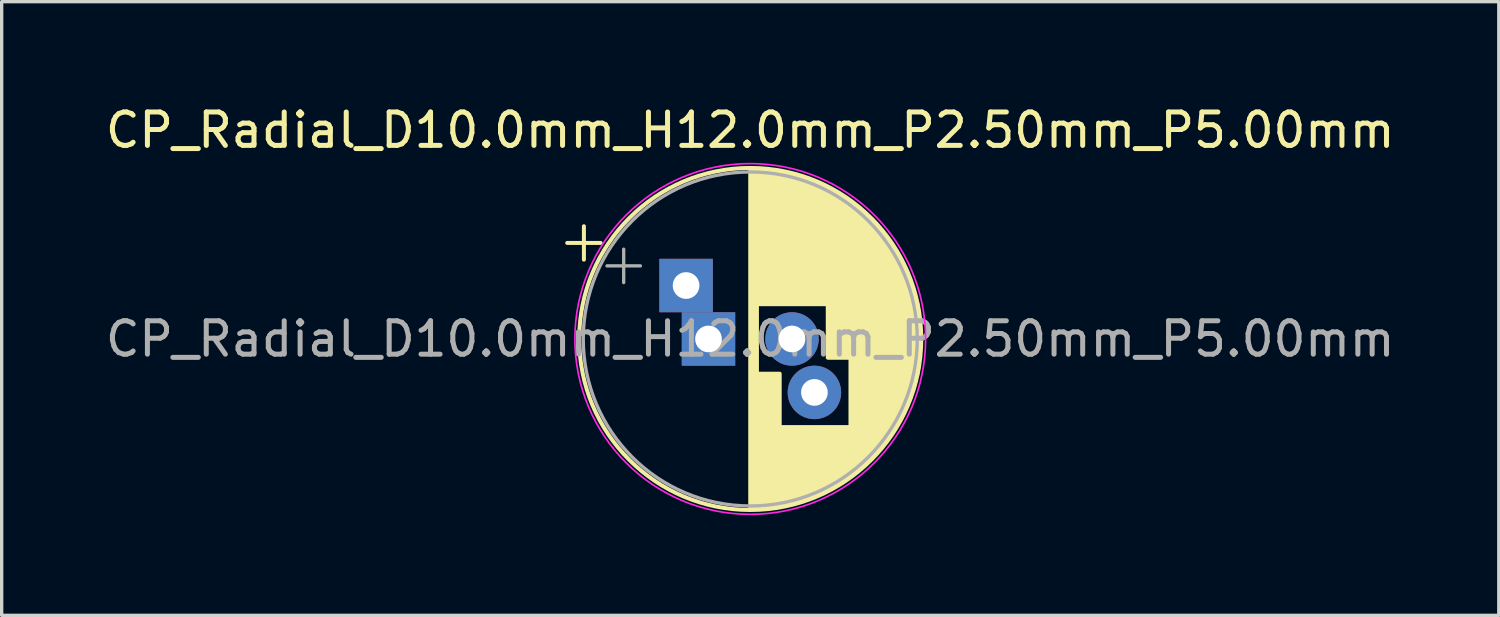
<source format=kicad_pcb>
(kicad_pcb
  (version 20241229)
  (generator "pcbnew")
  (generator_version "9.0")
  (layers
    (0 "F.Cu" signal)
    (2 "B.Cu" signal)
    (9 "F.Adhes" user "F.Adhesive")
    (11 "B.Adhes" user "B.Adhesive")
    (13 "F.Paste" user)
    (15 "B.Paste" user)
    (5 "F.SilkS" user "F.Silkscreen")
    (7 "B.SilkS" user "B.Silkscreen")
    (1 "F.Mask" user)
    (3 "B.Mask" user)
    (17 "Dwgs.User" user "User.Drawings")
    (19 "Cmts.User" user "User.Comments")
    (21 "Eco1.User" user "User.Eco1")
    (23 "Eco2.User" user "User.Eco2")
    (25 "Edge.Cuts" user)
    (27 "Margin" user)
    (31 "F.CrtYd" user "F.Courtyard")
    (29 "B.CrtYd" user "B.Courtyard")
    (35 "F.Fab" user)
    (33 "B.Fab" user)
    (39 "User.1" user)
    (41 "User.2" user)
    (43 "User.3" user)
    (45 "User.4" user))
  (footprint "CP_Radial_D10.0mm_H12.0mm_P2.50mm_P5.00mm"
    (layer "F.Cu")
    (at 18.161 7.098)
    (property "Reference" "CP_Radial_D10.0mm_H12.0mm_P2.50mm_P5.00mm" (at 1.25 -6.25 0) (layer "F.SilkS") (effects (font (size 1 1) (thickness 0.15))))
    (attr through_hole)
    (fp_line (start -4.23 -2.875) (end -3.23 -2.875) (stroke (width 0.12) (type solid)) (layer "F.SilkS"))
    (fp_line (start -3.73 -3.375) (end -3.73 -2.375) (stroke (width 0.12) (type solid)) (layer "F.SilkS"))
    (fp_line (start 1.25 -5.08) (end 1.25 5.08) (stroke (width 0.12) (type solid)) (layer "F.SilkS"))
    (fp_line (start 1.29 -5.08) (end 1.29 5.08) (stroke (width 0.12) (type solid)) (layer "F.SilkS"))
    (fp_line (start 1.33 -5.08) (end 1.33 5.08) (stroke (width 0.12) (type solid)) (layer "F.SilkS"))
    (fp_line (start 1.37 -5.079) (end 1.37 5.079) (stroke (width 0.12) (type solid)) (layer "F.SilkS"))
    (fp_line (start 1.41 -5.078) (end 1.41 5.078) (stroke (width 0.12) (type solid)) (layer "F.SilkS"))
    (fp_line (start 1.45 -5.077) (end 1.45 5.077) (stroke (width 0.12) (type solid)) (layer "F.SilkS"))
    (fp_line (start 1.49 -5.075) (end 1.49 -1.04) (stroke (width 0.12) (type solid)) (layer "F.SilkS"))
    (fp_line (start 1.49 1.04) (end 1.49 5.075) (stroke (width 0.12) (type solid)) (layer "F.SilkS"))
    (fp_line (start 1.53 -5.073) (end 1.53 -1.04) (stroke (width 0.12) (type solid)) (layer "F.SilkS"))
    (fp_line (start 1.53 1.04) (end 1.53 5.073) (stroke (width 0.12) (type solid)) (layer "F.SilkS"))
    (fp_line (start 1.57 -5.07) (end 1.57 -1.04) (stroke (width 0.12) (type solid)) (layer "F.SilkS"))
    (fp_line (start 1.57 1.04) (end 1.57 5.07) (stroke (width 0.12) (type solid)) (layer "F.SilkS"))
    (fp_line (start 1.61 -5.068) (end 1.61 -1.04) (stroke (width 0.12) (type solid)) (layer "F.SilkS"))
    (fp_line (start 1.61 1.04) (end 1.61 5.068) (stroke (width 0.12) (type solid)) (layer "F.SilkS"))
    (fp_line (start 1.65 -5.065) (end 1.65 -1.04) (stroke (width 0.12) (type solid)) (layer "F.SilkS"))
    (fp_line (start 1.65 1.04) (end 1.65 5.065) (stroke (width 0.12) (type solid)) (layer "F.SilkS"))
    (fp_line (start 1.69 -5.062) (end 1.69 -1.04) (stroke (width 0.12) (type solid)) (layer "F.SilkS"))
    (fp_line (start 1.69 1.04) (end 1.69 5.062) (stroke (width 0.12) (type solid)) (layer "F.SilkS"))
    (fp_line (start 1.73 -5.058) (end 1.73 -1.04) (stroke (width 0.12) (type solid)) (layer "F.SilkS"))
    (fp_line (start 1.73 1.04) (end 1.73 5.058) (stroke (width 0.12) (type solid)) (layer "F.SilkS"))
    (fp_line (start 1.77 -5.054) (end 1.77 -1.04) (stroke (width 0.12) (type solid)) (layer "F.SilkS"))
    (fp_line (start 1.77 1.04) (end 1.77 5.054) (stroke (width 0.12) (type solid)) (layer "F.SilkS"))
    (fp_line (start 1.81 -5.05) (end 1.81 -1.04) (stroke (width 0.12) (type solid)) (layer "F.SilkS"))
    (fp_line (start 1.81 1.04) (end 1.81 5.05) (stroke (width 0.12) (type solid)) (layer "F.SilkS"))
    (fp_line (start 1.85 -5.045) (end 1.85 -1.04) (stroke (width 0.12) (type solid)) (layer "F.SilkS"))
    (fp_line (start 1.85 1.04) (end 1.85 5.045) (stroke (width 0.12) (type solid)) (layer "F.SilkS"))
    (fp_line (start 1.89 -5.04) (end 1.89 -1.04) (stroke (width 0.12) (type solid)) (layer "F.SilkS"))
    (fp_line (start 1.89 1.04) (end 1.89 5.04) (stroke (width 0.12) (type solid)) (layer "F.SilkS"))
    (fp_line (start 1.93 -5.035) (end 1.93 -1.04) (stroke (width 0.12) (type solid)) (layer "F.SilkS"))
    (fp_line (start 1.93 1.04) (end 1.93 5.035) (stroke (width 0.12) (type solid)) (layer "F.SilkS"))
    (fp_line (start 1.971 -5.03) (end 1.971 -1.04) (stroke (width 0.12) (type solid)) (layer "F.SilkS"))
    (fp_line (start 1.971 1.04) (end 1.971 5.03) (stroke (width 0.12) (type solid)) (layer "F.SilkS"))
    (fp_line (start 2.011 -5.024) (end 2.011 -1.04) (stroke (width 0.12) (type solid)) (layer "F.SilkS"))
    (fp_line (start 2.011 1.04) (end 2.011 5.024) (stroke (width 0.12) (type solid)) (layer "F.SilkS"))
    (fp_line (start 2.051 -5.018) (end 2.051 -1.04) (stroke (width 0.12) (type solid)) (layer "F.SilkS"))
    (fp_line (start 2.051 1.04) (end 2.051 5.018) (stroke (width 0.12) (type solid)) (layer "F.SilkS"))
    (fp_line (start 2.091 -5.011) (end 2.091 -1.04) (stroke (width 0.12) (type solid)) (layer "F.SilkS"))
    (fp_line (start 2.091 1.04) (end 2.091 5.011) (stroke (width 0.12) (type solid)) (layer "F.SilkS"))
    (fp_line (start 2.131 -5.004) (end 2.131 -1.04) (stroke (width 0.12) (type solid)) (layer "F.SilkS"))
    (fp_line (start 2.131 1.04) (end 2.131 5.004) (stroke (width 0.12) (type solid)) (layer "F.SilkS"))
    (fp_line (start 2.171 -4.997) (end 2.171 -1.04) (stroke (width 0.12) (type solid)) (layer "F.SilkS"))
    (fp_line (start 2.171 2.64) (end 2.171 4.997) (stroke (width 0.12) (type solid)) (layer "F.SilkS"))
    (fp_line (start 2.211 -4.99) (end 2.211 -1.04) (stroke (width 0.12) (type solid)) (layer "F.SilkS"))
    (fp_line (start 2.211 2.64) (end 2.211 4.99) (stroke (width 0.12) (type solid)) (layer "F.SilkS"))
    (fp_line (start 2.251 -4.982) (end 2.251 -1.04) (stroke (width 0.12) (type solid)) (layer "F.SilkS"))
    (fp_line (start 2.251 2.64) (end 2.251 4.982) (stroke (width 0.12) (type solid)) (layer "F.SilkS"))
    (fp_line (start 2.291 -4.974) (end 2.291 -1.04) (stroke (width 0.12) (type solid)) (layer "F.SilkS"))
    (fp_line (start 2.291 2.64) (end 2.291 4.974) (stroke (width 0.12) (type solid)) (layer "F.SilkS"))
    (fp_line (start 2.331 -4.965) (end 2.331 -1.04) (stroke (width 0.12) (type solid)) (layer "F.SilkS"))
    (fp_line (start 2.331 2.64) (end 2.331 4.965) (stroke (width 0.12) (type solid)) (layer "F.SilkS"))
    (fp_line (start 2.371 -4.956) (end 2.371 -1.04) (stroke (width 0.12) (type solid)) (layer "F.SilkS"))
    (fp_line (start 2.371 2.64) (end 2.371 4.956) (stroke (width 0.12) (type solid)) (layer "F.SilkS"))
    (fp_line (start 2.411 -4.947) (end 2.411 -1.04) (stroke (width 0.12) (type solid)) (layer "F.SilkS"))
    (fp_line (start 2.411 2.64) (end 2.411 4.947) (stroke (width 0.12) (type solid)) (layer "F.SilkS"))
    (fp_line (start 2.451 -4.938) (end 2.451 -1.04) (stroke (width 0.12) (type solid)) (layer "F.SilkS"))
    (fp_line (start 2.451 2.64) (end 2.451 4.938) (stroke (width 0.12) (type solid)) (layer "F.SilkS"))
    (fp_line (start 2.491 -4.928) (end 2.491 -1.04) (stroke (width 0.12) (type solid)) (layer "F.SilkS"))
    (fp_line (start 2.491 2.64) (end 2.491 4.928) (stroke (width 0.12) (type solid)) (layer "F.SilkS"))
    (fp_line (start 2.531 -4.918) (end 2.531 -1.04) (stroke (width 0.12) (type solid)) (layer "F.SilkS"))
    (fp_line (start 2.531 2.64) (end 2.531 4.918) (stroke (width 0.12) (type solid)) (layer "F.SilkS"))
    (fp_line (start 2.571 -4.907) (end 2.571 -1.04) (stroke (width 0.12) (type solid)) (layer "F.SilkS"))
    (fp_line (start 2.571 2.64) (end 2.571 4.907) (stroke (width 0.12) (type solid)) (layer "F.SilkS"))
    (fp_line (start 2.611 -4.897) (end 2.611 -1.04) (stroke (width 0.12) (type solid)) (layer "F.SilkS"))
    (fp_line (start 2.611 2.64) (end 2.611 4.897) (stroke (width 0.12) (type solid)) (layer "F.SilkS"))
    (fp_line (start 2.651 -4.885) (end 2.651 -1.04) (stroke (width 0.12) (type solid)) (layer "F.SilkS"))
    (fp_line (start 2.651 2.64) (end 2.651 4.885) (stroke (width 0.12) (type solid)) (layer "F.SilkS"))
    (fp_line (start 2.691 -4.874) (end 2.691 -1.04) (stroke (width 0.12) (type solid)) (layer "F.SilkS"))
    (fp_line (start 2.691 2.64) (end 2.691 4.874) (stroke (width 0.12) (type solid)) (layer "F.SilkS"))
    (fp_line (start 2.731 -4.862) (end 2.731 -1.04) (stroke (width 0.12) (type solid)) (layer "F.SilkS"))
    (fp_line (start 2.731 2.64) (end 2.731 4.862) (stroke (width 0.12) (type solid)) (layer "F.SilkS"))
    (fp_line (start 2.771 -4.85) (end 2.771 -1.04) (stroke (width 0.12) (type solid)) (layer "F.SilkS"))
    (fp_line (start 2.771 2.64) (end 2.771 4.85) (stroke (width 0.12) (type solid)) (layer "F.SilkS"))
    (fp_line (start 2.811 -4.837) (end 2.811 -1.04) (stroke (width 0.12) (type solid)) (layer "F.SilkS"))
    (fp_line (start 2.811 2.64) (end 2.811 4.837) (stroke (width 0.12) (type solid)) (layer "F.SilkS"))
    (fp_line (start 2.851 -4.824) (end 2.851 -1.04) (stroke (width 0.12) (type solid)) (layer "F.SilkS"))
    (fp_line (start 2.851 2.64) (end 2.851 4.824) (stroke (width 0.12) (type solid)) (layer "F.SilkS"))
    (fp_line (start 2.891 -4.811) (end 2.891 -1.04) (stroke (width 0.12) (type solid)) (layer "F.SilkS"))
    (fp_line (start 2.891 2.64) (end 2.891 4.811) (stroke (width 0.12) (type solid)) (layer "F.SilkS"))
    (fp_line (start 2.931 -4.797) (end 2.931 -1.04) (stroke (width 0.12) (type solid)) (layer "F.SilkS"))
    (fp_line (start 2.931 2.64) (end 2.931 4.797) (stroke (width 0.12) (type solid)) (layer "F.SilkS"))
    (fp_line (start 2.971 -4.783) (end 2.971 -1.04) (stroke (width 0.12) (type solid)) (layer "F.SilkS"))
    (fp_line (start 2.971 2.64) (end 2.971 4.783) (stroke (width 0.12) (type solid)) (layer "F.SilkS"))
    (fp_line (start 3.011 -4.768) (end 3.011 -1.04) (stroke (width 0.12) (type solid)) (layer "F.SilkS"))
    (fp_line (start 3.011 2.64) (end 3.011 4.768) (stroke (width 0.12) (type solid)) (layer "F.SilkS"))
    (fp_line (start 3.051 -4.754) (end 3.051 -1.04) (stroke (width 0.12) (type solid)) (layer "F.SilkS"))
    (fp_line (start 3.051 2.64) (end 3.051 4.754) (stroke (width 0.12) (type solid)) (layer "F.SilkS"))
    (fp_line (start 3.091 -4.738) (end 3.091 -1.04) (stroke (width 0.12) (type solid)) (layer "F.SilkS"))
    (fp_line (start 3.091 2.64) (end 3.091 4.738) (stroke (width 0.12) (type solid)) (layer "F.SilkS"))
    (fp_line (start 3.131 -4.723) (end 3.131 -1.04) (stroke (width 0.12) (type solid)) (layer "F.SilkS"))
    (fp_line (start 3.131 2.64) (end 3.131 4.723) (stroke (width 0.12) (type solid)) (layer "F.SilkS"))
    (fp_line (start 3.171 -4.707) (end 3.171 -1.04) (stroke (width 0.12) (type solid)) (layer "F.SilkS"))
    (fp_line (start 3.171 2.64) (end 3.171 4.707) (stroke (width 0.12) (type solid)) (layer "F.SilkS"))
    (fp_line (start 3.211 -4.69) (end 3.211 -1.04) (stroke (width 0.12) (type solid)) (layer "F.SilkS"))
    (fp_line (start 3.211 2.64) (end 3.211 4.69) (stroke (width 0.12) (type solid)) (layer "F.SilkS"))
    (fp_line (start 3.251 -4.674) (end 3.251 -1.04) (stroke (width 0.12) (type solid)) (layer "F.SilkS"))
    (fp_line (start 3.251 2.64) (end 3.251 4.674) (stroke (width 0.12) (type solid)) (layer "F.SilkS"))
    (fp_line (start 3.291 -4.657) (end 3.291 -1.04) (stroke (width 0.12) (type solid)) (layer "F.SilkS"))
    (fp_line (start 3.291 2.64) (end 3.291 4.657) (stroke (width 0.12) (type solid)) (layer "F.SilkS"))
    (fp_line (start 3.331 -4.639) (end 3.331 -1.04) (stroke (width 0.12) (type solid)) (layer "F.SilkS"))
    (fp_line (start 3.331 2.64) (end 3.331 4.639) (stroke (width 0.12) (type solid)) (layer "F.SilkS"))
    (fp_line (start 3.371 -4.621) (end 3.371 -1.04) (stroke (width 0.12) (type solid)) (layer "F.SilkS"))
    (fp_line (start 3.371 2.64) (end 3.371 4.621) (stroke (width 0.12) (type solid)) (layer "F.SilkS"))
    (fp_line (start 3.411 -4.603) (end 3.411 -1.04) (stroke (width 0.12) (type solid)) (layer "F.SilkS"))
    (fp_line (start 3.411 2.64) (end 3.411 4.603) (stroke (width 0.12) (type solid)) (layer "F.SilkS"))
    (fp_line (start 3.451 -4.584) (end 3.451 -1.04) (stroke (width 0.12) (type solid)) (layer "F.SilkS"))
    (fp_line (start 3.451 2.64) (end 3.451 4.584) (stroke (width 0.12) (type solid)) (layer "F.SilkS"))
    (fp_line (start 3.491 -4.564) (end 3.491 -1.04) (stroke (width 0.12) (type solid)) (layer "F.SilkS"))
    (fp_line (start 3.491 2.64) (end 3.491 4.564) (stroke (width 0.12) (type solid)) (layer "F.SilkS"))
    (fp_line (start 3.531 -4.545) (end 3.531 -1.04) (stroke (width 0.12) (type solid)) (layer "F.SilkS"))
    (fp_line (start 3.531 2.64) (end 3.531 4.545) (stroke (width 0.12) (type solid)) (layer "F.SilkS"))
    (fp_line (start 3.571 -4.525) (end 3.571 0.56) (stroke (width 0.12) (type solid)) (layer "F.SilkS"))
    (fp_line (start 3.571 2.64) (end 3.571 4.525) (stroke (width 0.12) (type solid)) (layer "F.SilkS"))
    (fp_line (start 3.611 -4.504) (end 3.611 0.56) (stroke (width 0.12) (type solid)) (layer "F.SilkS"))
    (fp_line (start 3.611 2.64) (end 3.611 4.504) (stroke (width 0.12) (type solid)) (layer "F.SilkS"))
    (fp_line (start 3.651 -4.483) (end 3.651 0.56) (stroke (width 0.12) (type solid)) (layer "F.SilkS"))
    (fp_line (start 3.651 2.64) (end 3.651 4.483) (stroke (width 0.12) (type solid)) (layer "F.SilkS"))
    (fp_line (start 3.691 -4.462) (end 3.691 0.56) (stroke (width 0.12) (type solid)) (layer "F.SilkS"))
    (fp_line (start 3.691 2.64) (end 3.691 4.462) (stroke (width 0.12) (type solid)) (layer "F.SilkS"))
    (fp_line (start 3.731 -4.44) (end 3.731 0.56) (stroke (width 0.12) (type solid)) (layer "F.SilkS"))
    (fp_line (start 3.731 2.64) (end 3.731 4.44) (stroke (width 0.12) (type solid)) (layer "F.SilkS"))
    (fp_line (start 3.771 -4.417) (end 3.771 0.56) (stroke (width 0.12) (type solid)) (layer "F.SilkS"))
    (fp_line (start 3.771 2.64) (end 3.771 4.417) (stroke (width 0.12) (type solid)) (layer "F.SilkS"))
    (fp_line (start 3.811 -4.395) (end 3.811 0.56) (stroke (width 0.12) (type solid)) (layer "F.SilkS"))
    (fp_line (start 3.811 2.64) (end 3.811 4.395) (stroke (width 0.12) (type solid)) (layer "F.SilkS"))
    (fp_line (start 3.851 -4.371) (end 3.851 0.56) (stroke (width 0.12) (type solid)) (layer "F.SilkS"))
    (fp_line (start 3.851 2.64) (end 3.851 4.371) (stroke (width 0.12) (type solid)) (layer "F.SilkS"))
    (fp_line (start 3.891 -4.347) (end 3.891 0.56) (stroke (width 0.12) (type solid)) (layer "F.SilkS"))
    (fp_line (start 3.891 2.64) (end 3.891 4.347) (stroke (width 0.12) (type solid)) (layer "F.SilkS"))
    (fp_line (start 3.931 -4.323) (end 3.931 0.56) (stroke (width 0.12) (type solid)) (layer "F.SilkS"))
    (fp_line (start 3.931 2.64) (end 3.931 4.323) (stroke (width 0.12) (type solid)) (layer "F.SilkS"))
    (fp_line (start 3.971 -4.298) (end 3.971 0.56) (stroke (width 0.12) (type solid)) (layer "F.SilkS"))
    (fp_line (start 3.971 2.64) (end 3.971 4.298) (stroke (width 0.12) (type solid)) (layer "F.SilkS"))
    (fp_line (start 4.011 -4.273) (end 4.011 0.56) (stroke (width 0.12) (type solid)) (layer "F.SilkS"))
    (fp_line (start 4.011 2.64) (end 4.011 4.273) (stroke (width 0.12) (type solid)) (layer "F.SilkS"))
    (fp_line (start 4.051 -4.247) (end 4.051 0.56) (stroke (width 0.12) (type solid)) (layer "F.SilkS"))
    (fp_line (start 4.051 2.64) (end 4.051 4.247) (stroke (width 0.12) (type solid)) (layer "F.SilkS"))
    (fp_line (start 4.091 -4.221) (end 4.091 0.56) (stroke (width 0.12) (type solid)) (layer "F.SilkS"))
    (fp_line (start 4.091 2.64) (end 4.091 4.221) (stroke (width 0.12) (type solid)) (layer "F.SilkS"))
    (fp_line (start 4.131 -4.194) (end 4.131 0.56) (stroke (width 0.12) (type solid)) (layer "F.SilkS"))
    (fp_line (start 4.131 2.64) (end 4.131 4.194) (stroke (width 0.12) (type solid)) (layer "F.SilkS"))
    (fp_line (start 4.171 -4.166) (end 4.171 0.56) (stroke (width 0.12) (type solid)) (layer "F.SilkS"))
    (fp_line (start 4.171 2.64) (end 4.171 4.166) (stroke (width 0.12) (type solid)) (layer "F.SilkS"))
    (fp_line (start 4.211 -4.138) (end 4.211 0.56) (stroke (width 0.12) (type solid)) (layer "F.SilkS"))
    (fp_line (start 4.211 2.64) (end 4.211 4.138) (stroke (width 0.12) (type solid)) (layer "F.SilkS"))
    (fp_line (start 4.251 -4.11) (end 4.251 4.11) (stroke (width 0.12) (type solid)) (layer "F.SilkS"))
    (fp_line (start 4.291 -4.08) (end 4.291 4.08) (stroke (width 0.12) (type solid)) (layer "F.SilkS"))
    (fp_line (start 4.331 -4.05) (end 4.331 4.05) (stroke (width 0.12) (type solid)) (layer "F.SilkS"))
    (fp_line (start 4.371 -4.02) (end 4.371 4.02) (stroke (width 0.12) (type solid)) (layer "F.SilkS"))
    (fp_line (start 4.411 -3.989) (end 4.411 3.989) (stroke (width 0.12) (type solid)) (layer "F.SilkS"))
    (fp_line (start 4.451 -3.957) (end 4.451 3.957) (stroke (width 0.12) (type solid)) (layer "F.SilkS"))
    (fp_line (start 4.491 -3.925) (end 4.491 3.925) (stroke (width 0.12) (type solid)) (layer "F.SilkS"))
    (fp_line (start 4.531 -3.892) (end 4.531 3.892) (stroke (width 0.12) (type solid)) (layer "F.SilkS"))
    (fp_line (start 4.571 -3.858) (end 4.571 3.858) (stroke (width 0.12) (type solid)) (layer "F.SilkS"))
    (fp_line (start 4.611 -3.824) (end 4.611 3.824) (stroke (width 0.12) (type solid)) (layer "F.SilkS"))
    (fp_line (start 4.651 -3.789) (end 4.651 3.789) (stroke (width 0.12) (type solid)) (layer "F.SilkS"))
    (fp_line (start 4.691 -3.753) (end 4.691 3.753) (stroke (width 0.12) (type solid)) (layer "F.SilkS"))
    (fp_line (start 4.731 -3.716) (end 4.731 3.716) (stroke (width 0.12) (type solid)) (layer "F.SilkS"))
    (fp_line (start 4.771 -3.679) (end 4.771 3.679) (stroke (width 0.12) (type solid)) (layer "F.SilkS"))
    (fp_line (start 4.811 -3.64) (end 4.811 3.64) (stroke (width 0.12) (type solid)) (layer "F.SilkS"))
    (fp_line (start 4.851 -3.601) (end 4.851 3.601) (stroke (width 0.12) (type solid)) (layer "F.SilkS"))
    (fp_line (start 4.891 -3.561) (end 4.891 3.561) (stroke (width 0.12) (type solid)) (layer "F.SilkS"))
    (fp_line (start 4.931 -3.52) (end 4.931 3.52) (stroke (width 0.12) (type solid)) (layer "F.SilkS"))
    (fp_line (start 4.971 -3.478) (end 4.971 3.478) (stroke (width 0.12) (type solid)) (layer "F.SilkS"))
    (fp_line (start 5.011 -3.436) (end 5.011 3.436) (stroke (width 0.12) (type solid)) (layer "F.SilkS"))
    (fp_line (start 5.051 -3.392) (end 5.051 3.392) (stroke (width 0.12) (type solid)) (layer "F.SilkS"))
    (fp_line (start 5.091 -3.347) (end 5.091 3.347) (stroke (width 0.12) (type solid)) (layer "F.SilkS"))
    (fp_line (start 5.131 -3.301) (end 5.131 3.301) (stroke (width 0.12) (type solid)) (layer "F.SilkS"))
    (fp_line (start 5.171 -3.254) (end 5.171 3.254) (stroke (width 0.12) (type solid)) (layer "F.SilkS"))
    (fp_line (start 5.211 -3.206) (end 5.211 3.206) (stroke (width 0.12) (type solid)) (layer "F.SilkS"))
    (fp_line (start 5.251 -3.156) (end 5.251 3.156) (stroke (width 0.12) (type solid)) (layer "F.SilkS"))
    (fp_line (start 5.291 -3.106) (end 5.291 3.106) (stroke (width 0.12) (type solid)) (layer "F.SilkS"))
    (fp_line (start 5.331 -3.054) (end 5.331 3.054) (stroke (width 0.12) (type solid)) (layer "F.SilkS"))
    (fp_line (start 5.371 -3) (end 5.371 3) (stroke (width 0.12) (type solid)) (layer "F.SilkS"))
    (fp_line (start 5.411 -2.945) (end 5.411 2.945) (stroke (width 0.12) (type solid)) (layer "F.SilkS"))
    (fp_line (start 5.451 -2.889) (end 5.451 2.889) (stroke (width 0.12) (type solid)) (layer "F.SilkS"))
    (fp_line (start 5.491 -2.83) (end 5.491 2.83) (stroke (width 0.12) (type solid)) (layer "F.SilkS"))
    (fp_line (start 5.531 -2.77) (end 5.531 2.77) (stroke (width 0.12) (type solid)) (layer "F.SilkS"))
    (fp_line (start 5.571 -2.709) (end 5.571 2.709) (stroke (width 0.12) (type solid)) (layer "F.SilkS"))
    (fp_line (start 5.611 -2.645) (end 5.611 2.645) (stroke (width 0.12) (type solid)) (layer "F.SilkS"))
    (fp_line (start 5.651 -2.579) (end 5.651 2.579) (stroke (width 0.12) (type solid)) (layer "F.SilkS"))
    (fp_line (start 5.691 -2.51) (end 5.691 2.51) (stroke (width 0.12) (type solid)) (layer "F.SilkS"))
    (fp_line (start 5.731 -2.439) (end 5.731 2.439) (stroke (width 0.12) (type solid)) (layer "F.SilkS"))
    (fp_line (start 5.771 -2.365) (end 5.771 2.365) (stroke (width 0.12) (type solid)) (layer "F.SilkS"))
    (fp_line (start 5.811 -2.289) (end 5.811 2.289) (stroke (width 0.12) (type solid)) (layer "F.SilkS"))
    (fp_line (start 5.851 -2.209) (end 5.851 2.209) (stroke (width 0.12) (type solid)) (layer "F.SilkS"))
    (fp_line (start 5.891 -2.125) (end 5.891 2.125) (stroke (width 0.12) (type solid)) (layer "F.SilkS"))
    (fp_line (start 5.931 -2.037) (end 5.931 2.037) (stroke (width 0.12) (type solid)) (layer "F.SilkS"))
    (fp_line (start 5.971 -1.944) (end 5.971 1.944) (stroke (width 0.12) (type solid)) (layer "F.SilkS"))
    (fp_line (start 6.011 -1.846) (end 6.011 1.846) (stroke (width 0.12) (type solid)) (layer "F.SilkS"))
    (fp_line (start 6.051 -1.742) (end 6.051 1.742) (stroke (width 0.12) (type solid)) (layer "F.SilkS"))
    (fp_line (start 6.091 -1.63) (end 6.091 1.63) (stroke (width 0.12) (type solid)) (layer "F.SilkS"))
    (fp_line (start 6.131 -1.51) (end 6.131 1.51) (stroke (width 0.12) (type solid)) (layer "F.SilkS"))
    (fp_line (start 6.171 -1.378) (end 6.171 1.378) (stroke (width 0.12) (type solid)) (layer "F.SilkS"))
    (fp_line (start 6.211 -1.23) (end 6.211 1.23) (stroke (width 0.12) (type solid)) (layer "F.SilkS"))
    (fp_line (start 6.251 -1.062) (end 6.251 1.062) (stroke (width 0.12) (type solid)) (layer "F.SilkS"))
    (fp_line (start 6.291 -0.862) (end 6.291 0.862) (stroke (width 0.12) (type solid)) (layer "F.SilkS"))
    (fp_line (start 6.331 -0.599) (end 6.331 0.599) (stroke (width 0.12) (type solid)) (layer "F.SilkS"))
    (fp_circle (center 1.25 0) (end 6.37 0) (stroke (width 0.12) (type solid)) (fill no) (layer "F.SilkS"))
    (fp_circle (center 1.25 0) (end 6.5 0) (stroke (width 0.05) (type solid)) (fill no) (layer "F.CrtYd"))
    (fp_line (start -3.039 -2.188) (end -2.039 -2.188) (stroke (width 0.1) (type solid)) (layer "F.Fab"))
    (fp_line (start -2.539 -2.688) (end -2.539 -1.688) (stroke (width 0.1) (type solid)) (layer "F.Fab"))
    (fp_circle (center 1.25 0) (end 6.25 0) (stroke (width 0.1) (type solid)) (fill no) (layer "F.Fab"))
    (fp_text user "${REFERENCE}" (at 1.25 0 0) (layer "F.Fab") (effects (font (size 1 1) (thickness 0.15))))
    (pad "1" thru_hole rect (at -0.671 -1.6) (size 1.6 1.6) (drill 0.8) (layers "*.Cu" "*.Mask"))
    (pad "1" thru_hole rect (at 0 0) (size 1.6 1.6) (drill 0.8) (layers "*.Cu" "*.Mask"))
    (pad "2" thru_hole circle (at 2.5 0) (size 1.6 1.6) (drill 0.8) (layers "*.Cu" "*.Mask"))
    (pad "2" thru_hole circle (at 3.171 1.6) (size 1.6 1.6) (drill 0.8) (layers "*.Cu" "*.Mask")))
  (gr_rect
    (start -3 -3)
    (end 41.821 15.373)
    (stroke (width 0.1) (type default))
    (fill no)
    (layer "Edge.Cuts")))
</source>
